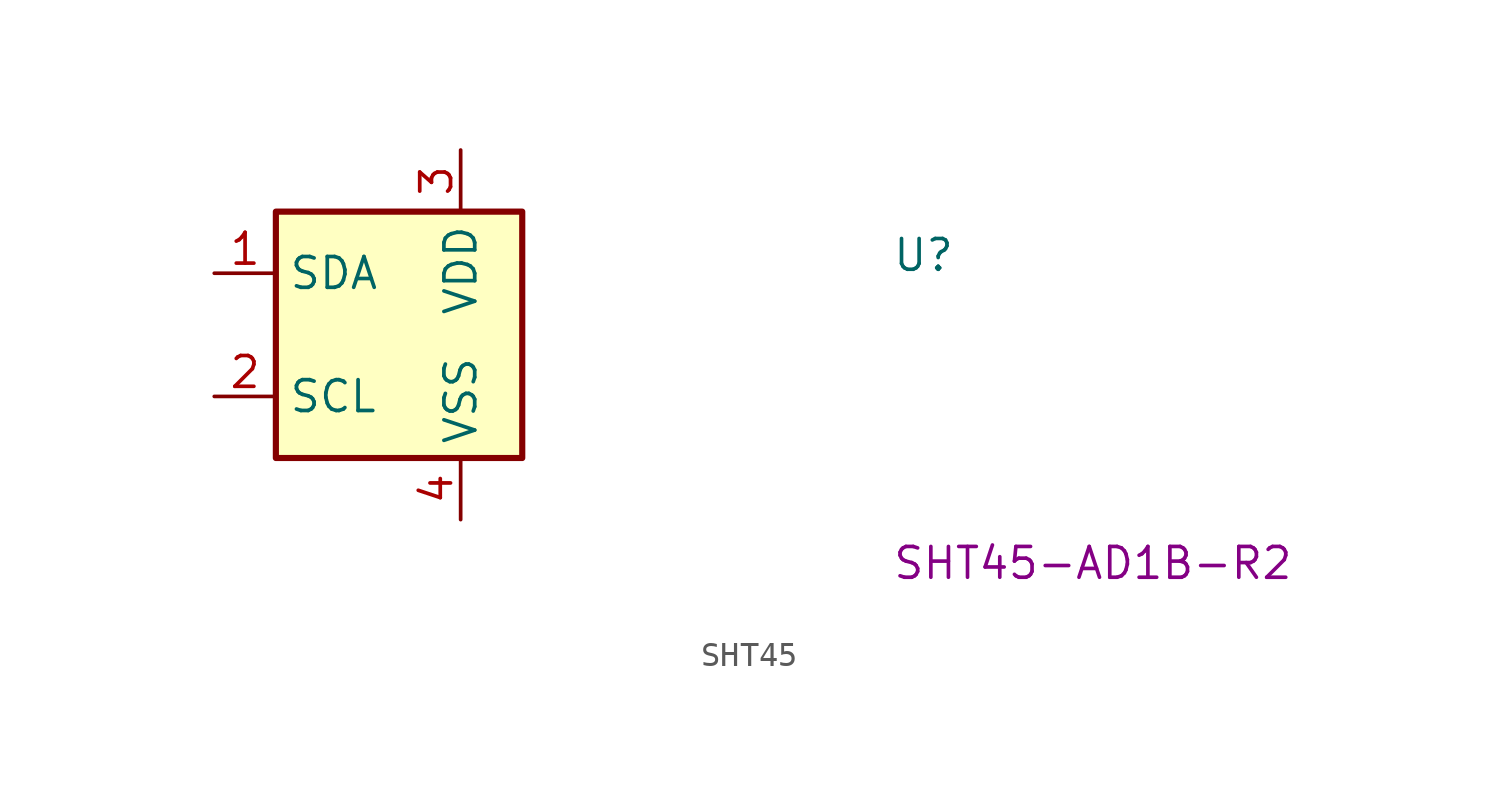
<source format=kicad_sym>
(kicad_symbol_lib
  (version 20220914)
  (generator kicad_symbol_editor)
  (symbol "SHT45"
    (property "Reference" "U"
      (at 27.94 -5.08 0)
      (effects (font (size 1.27 1.27) (thickness 0.15)) (justify left bottom)))
    (property "MPN" "SHT45-AD1B-R2"
      (at 27.94 -17.78 0)
      (effects (font (size 1.27 1.27) (thickness 0.15)) (justify left bottom)))
    (symbol "SHT45_1_1"
      (rectangle (start 2.54 -2.54) (end 12.7 -12.7) (stroke (width 0.254) (type default)) (fill (type background)))
      (pin bidirectional line (at 0 -5.08 0) (length 2.54) (name "SDA" (effects (font (size 1.27 1.27)))) (number "1" (effects (font (size 1.27 1.27)))))
      (pin input line (at 0 -10.16 0) (length 2.54) (name "SCL" (effects (font (size 1.27 1.27)))) (number "2" (effects (font (size 1.27 1.27)))))
      (pin power_in line (at 10.16 0 270) (length 2.54) (name "VDD" (effects (font (size 1.27 1.27)))) (number "3" (effects (font (size 1.27 1.27)))))
      (pin power_in line (at 10.16 -15.24 90) (length 2.54) (name "VSS" (effects (font (size 1.27 1.27)))) (number "4" (effects (font (size 1.27 1.27))))))))
</source>
